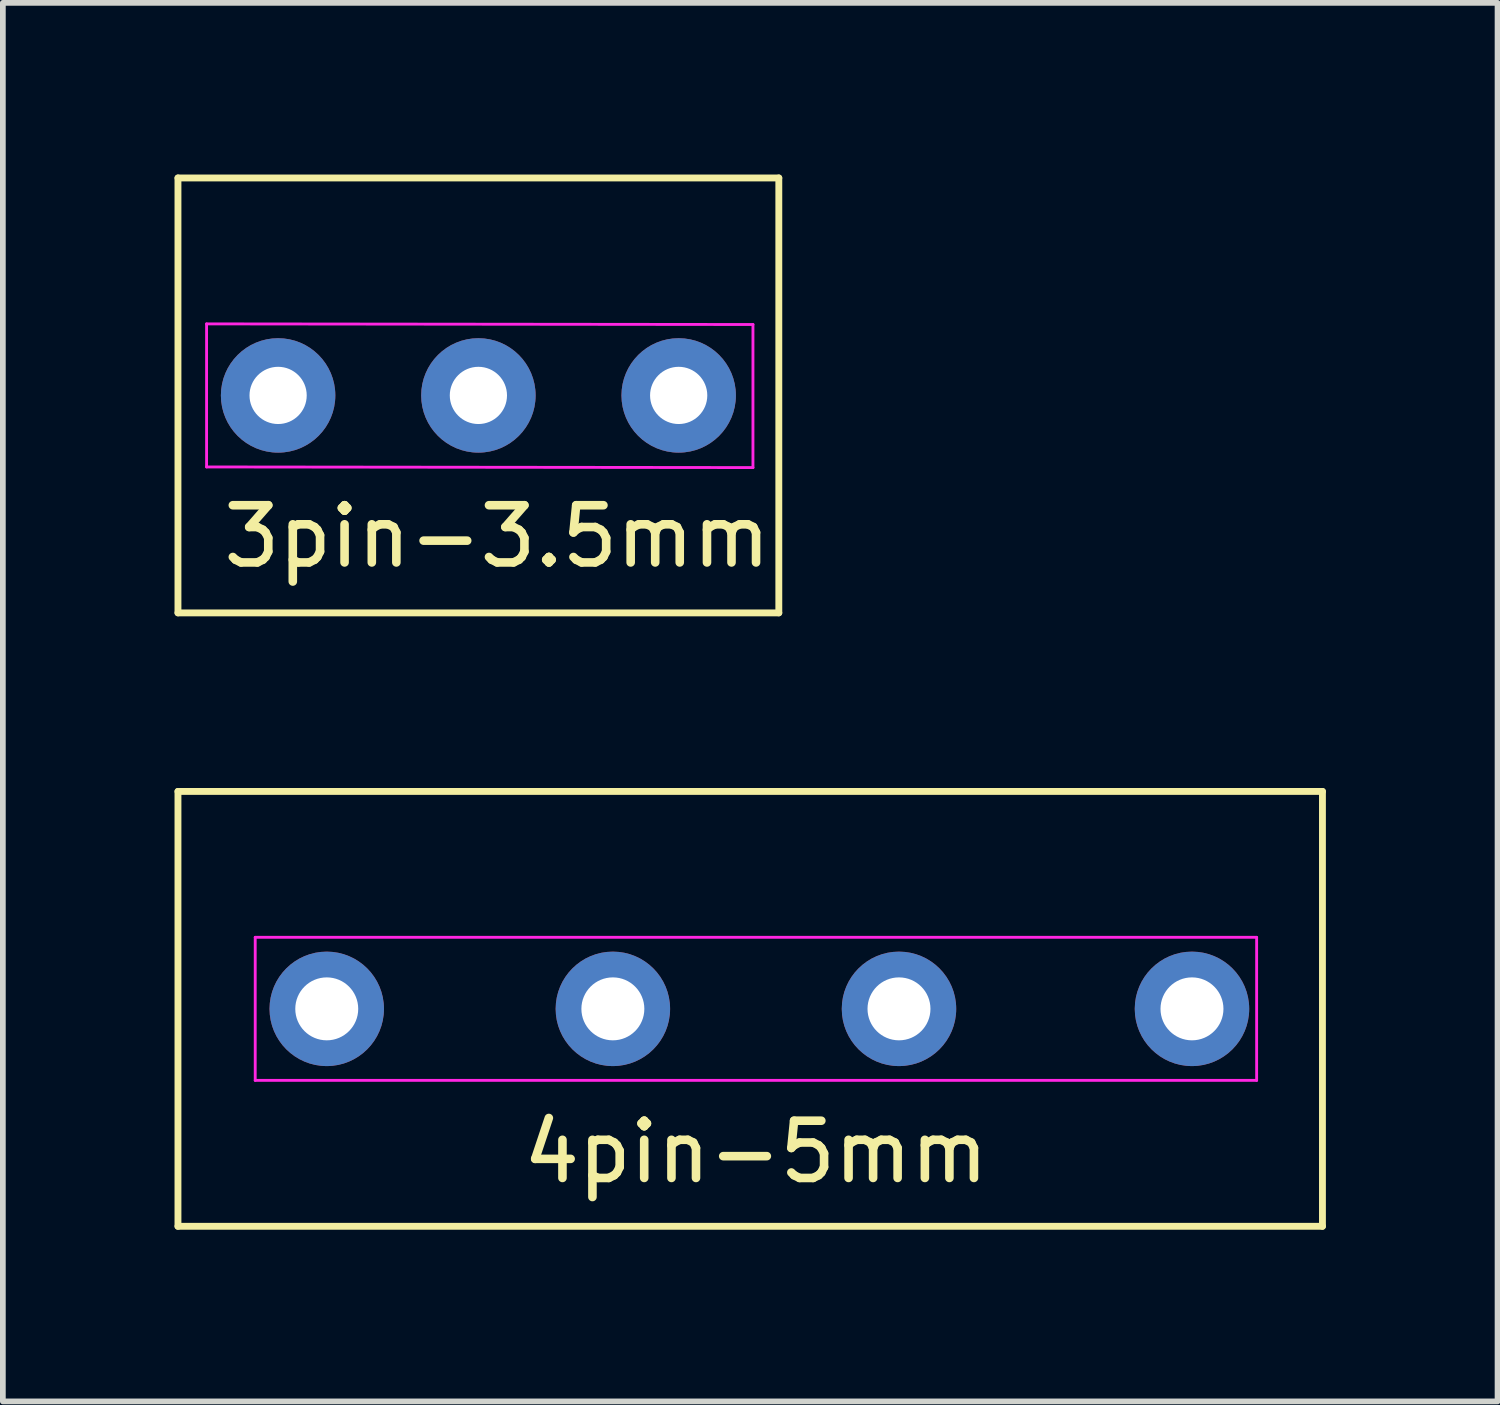
<source format=kicad_pcb>
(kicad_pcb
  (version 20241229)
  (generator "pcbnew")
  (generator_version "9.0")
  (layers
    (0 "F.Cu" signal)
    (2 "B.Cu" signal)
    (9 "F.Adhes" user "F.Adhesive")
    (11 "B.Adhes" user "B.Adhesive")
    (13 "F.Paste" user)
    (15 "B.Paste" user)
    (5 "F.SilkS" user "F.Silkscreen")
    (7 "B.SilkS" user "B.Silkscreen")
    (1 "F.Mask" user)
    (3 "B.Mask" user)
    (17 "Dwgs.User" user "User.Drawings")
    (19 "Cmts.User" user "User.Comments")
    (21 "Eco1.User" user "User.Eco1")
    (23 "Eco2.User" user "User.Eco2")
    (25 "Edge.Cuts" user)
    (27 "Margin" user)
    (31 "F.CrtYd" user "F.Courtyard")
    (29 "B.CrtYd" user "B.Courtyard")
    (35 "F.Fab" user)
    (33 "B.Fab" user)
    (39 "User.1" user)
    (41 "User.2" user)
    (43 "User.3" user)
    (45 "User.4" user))
  (footprint "3pin-3.5mm"
    (layer "F.Cu")
    (at 7.06 3.86)
    (property "Reference" "3pin-3.5mm" (at -1.422 2.464 0) (layer "F.SilkS") (effects (font (size 1 1) (thickness 0.15))))
    (attr through_hole)
    (fp_line (start -7 -3.8) (end 3.5 -3.8) (stroke (width 0.12) (type solid)) (layer "F.SilkS"))
    (fp_line (start -7 3.8) (end -7 -3.8) (stroke (width 0.12) (type solid)) (layer "F.SilkS"))
    (fp_line (start 3.5 -3.8) (end 3.5 3.8) (stroke (width 0.12) (type solid)) (layer "F.SilkS"))
    (fp_line (start 3.5 3.8) (end -7 3.8) (stroke (width 0.12) (type solid)) (layer "F.SilkS"))
    (fp_line (start -6.5 -1.25) (end 3.048 -1.239) (stroke (width 0.05) (type solid)) (layer "F.CrtYd"))
    (fp_line (start -6.5 1.25) (end -6.5 -1.25) (stroke (width 0.05) (type solid)) (layer "F.CrtYd"))
    (fp_line (start 3.048 -1.239) (end 3.048 1.261) (stroke (width 0.05) (type solid)) (layer "F.CrtYd"))
    (fp_line (start 3.048 1.261) (end -6.5 1.25) (stroke (width 0.05) (type solid)) (layer "F.CrtYd"))
    (pad "1" thru_hole circle (at -5.25 0) (size 2 2) (drill 1) (layers "*.Cu" "*.Mask"))
    (pad "2" thru_hole circle (at -1.75 0) (size 2 2) (drill 1) (layers "*.Cu" "*.Mask"))
    (pad "3" thru_hole circle (at 1.75 0) (size 2 2) (drill 1) (layers "*.Cu" "*.Mask")))
  (footprint "4pin-5mm"
    (layer "F.Cu")
    (at 10.16 14.58)
    (property "Reference" "4pin-5mm" (at 0 2.5 0) (layer "F.SilkS") (effects (font (size 1 1) (thickness 0.15))))
    (attr through_hole)
    (fp_line (start -10.1 -3.8) (end 9.9 -3.8) (stroke (width 0.12) (type solid)) (layer "F.SilkS"))
    (fp_line (start -10.1 3.8) (end -10.1 -3.8) (stroke (width 0.12) (type solid)) (layer "F.SilkS"))
    (fp_line (start 9.9 -3.8) (end 9.9 3.8) (stroke (width 0.12) (type solid)) (layer "F.SilkS"))
    (fp_line (start 9.9 3.8) (end -10.1 3.8) (stroke (width 0.12) (type solid)) (layer "F.SilkS"))
    (fp_line (start -8.75 -1.25) (end 8.75 -1.25) (stroke (width 0.05) (type solid)) (layer "F.CrtYd"))
    (fp_line (start -8.75 1.25) (end -8.75 -1.25) (stroke (width 0.05) (type solid)) (layer "F.CrtYd"))
    (fp_line (start 8.75 -1.25) (end 8.75 1.25) (stroke (width 0.05) (type solid)) (layer "F.CrtYd"))
    (fp_line (start 8.75 1.25) (end -8.75 1.25) (stroke (width 0.05) (type solid)) (layer "F.CrtYd"))
    (pad "1" thru_hole circle (at -7.5 0) (size 2 2) (drill 1.1) (layers "*.Cu" "*.Mask"))
    (pad "2" thru_hole circle (at -2.5 0) (size 2 2) (drill 1.1) (layers "*.Cu" "*.Mask"))
    (pad "3" thru_hole circle (at 2.5 0) (size 2 2) (drill 1.1) (layers "*.Cu" "*.Mask"))
    (pad "4" thru_hole circle (at 7.62 0) (size 2 2) (drill 1.1) (layers "*.Cu" "*.Mask")))
  (gr_rect
    (start -3 -3)
    (end 23.12 21.44)
    (stroke (width 0.1) (type default))
    (fill no)
    (layer "Edge.Cuts")))
</source>
